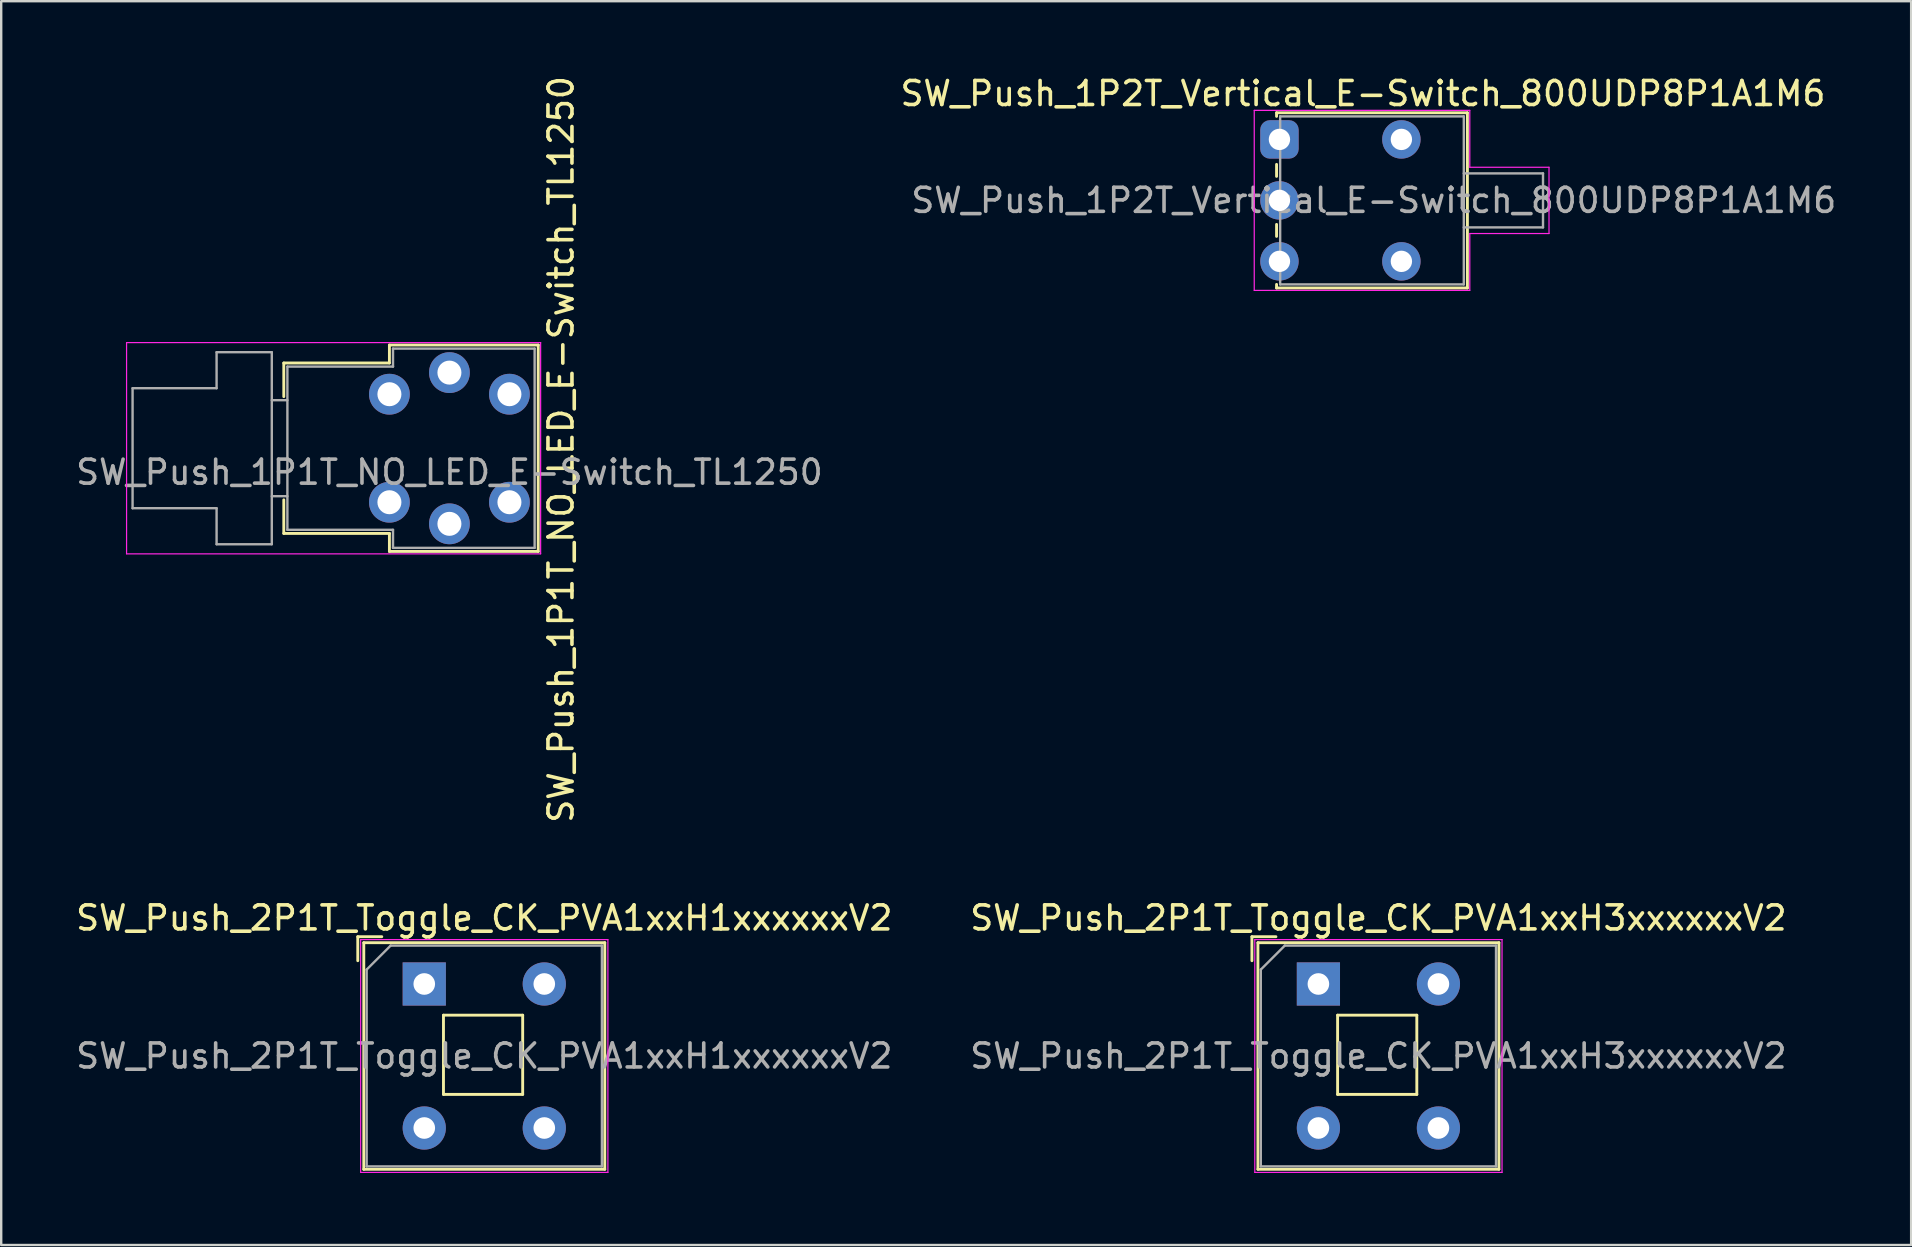
<source format=kicad_pcb>
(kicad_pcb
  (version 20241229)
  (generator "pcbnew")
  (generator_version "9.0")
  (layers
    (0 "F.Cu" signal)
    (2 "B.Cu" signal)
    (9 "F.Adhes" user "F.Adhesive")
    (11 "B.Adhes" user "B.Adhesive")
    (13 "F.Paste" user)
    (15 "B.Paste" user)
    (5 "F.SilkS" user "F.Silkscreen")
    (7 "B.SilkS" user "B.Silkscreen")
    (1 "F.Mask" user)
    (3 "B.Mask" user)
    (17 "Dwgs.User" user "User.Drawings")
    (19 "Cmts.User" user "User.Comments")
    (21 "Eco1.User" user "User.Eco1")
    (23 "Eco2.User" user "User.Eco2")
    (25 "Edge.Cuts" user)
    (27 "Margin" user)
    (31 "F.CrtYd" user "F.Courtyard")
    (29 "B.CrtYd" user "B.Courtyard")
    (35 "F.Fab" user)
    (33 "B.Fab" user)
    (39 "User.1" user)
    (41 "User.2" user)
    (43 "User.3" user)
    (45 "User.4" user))
  (footprint "SW_Push_1P1T_NO_LED_E-Switch_TL1250"
    (layer "F.Cu")
    (at 13.173 13.373)
    (property "Reference" "SW_Push_1P1T_NO_LED_E-Switch_TL1250" (at 7.15 2.3 90) (layer "F.SilkS") (effects (font (size 1 1) (thickness 0.15))))
    (attr through_hole)
    (fp_line (start -4.4 -1.3) (end -4.4 0.1) (stroke (width 0.12) (type solid)) (layer "F.SilkS"))
    (fp_line (start -4.4 5.8) (end -4.4 4.4) (stroke (width 0.12) (type solid)) (layer "F.SilkS"))
    (fp_line (start 0 -2.05) (end 6.2 -2.05) (stroke (width 0.12) (type solid)) (layer "F.SilkS"))
    (fp_line (start 0 -1.3) (end -4.4 -1.3) (stroke (width 0.12) (type solid)) (layer "F.SilkS"))
    (fp_line (start 0 -1.3) (end 0 -2.05) (stroke (width 0.12) (type solid)) (layer "F.SilkS"))
    (fp_line (start 0 5.8) (end -4.4 5.8) (stroke (width 0.12) (type solid)) (layer "F.SilkS"))
    (fp_line (start 0 6.55) (end 0 5.8) (stroke (width 0.12) (type solid)) (layer "F.SilkS"))
    (fp_line (start 6.2 -2.05) (end 6.2 6.55) (stroke (width 0.12) (type solid)) (layer "F.SilkS"))
    (fp_line (start 6.2 6.55) (end 0 6.55) (stroke (width 0.12) (type solid)) (layer "F.SilkS"))
    (fp_line (start -10.95 6.65) (end -10.95 -2.15) (stroke (width 0.05) (type solid)) (layer "F.CrtYd"))
    (fp_line (start 6.3 -2.15) (end -10.95 -2.15) (stroke (width 0.05) (type solid)) (layer "F.CrtYd"))
    (fp_line (start 6.3 -2.15) (end 6.3 6.65) (stroke (width 0.05) (type solid)) (layer "F.CrtYd"))
    (fp_line (start 6.3 6.65) (end -10.95 6.65) (stroke (width 0.05) (type solid)) (layer "F.CrtYd"))
    (fp_line (start -10.7 -0.25) (end -10.7 4.75) (stroke (width 0.1) (type solid)) (layer "F.Fab"))
    (fp_line (start -10.7 4.75) (end -7.2 4.75) (stroke (width 0.1) (type solid)) (layer "F.Fab"))
    (fp_line (start -7.2 -1.75) (end -7.2 -0.25) (stroke (width 0.1) (type solid)) (layer "F.Fab"))
    (fp_line (start -7.2 -0.25) (end -10.7 -0.25) (stroke (width 0.1) (type solid)) (layer "F.Fab"))
    (fp_line (start -7.2 4.75) (end -7.2 6.25) (stroke (width 0.1) (type solid)) (layer "F.Fab"))
    (fp_line (start -7.2 6.25) (end -4.9 6.25) (stroke (width 0.1) (type solid)) (layer "F.Fab"))
    (fp_line (start -4.9 -1.75) (end -7.2 -1.75) (stroke (width 0.1) (type solid)) (layer "F.Fab"))
    (fp_line (start -4.9 0.25) (end -4.25 0.25) (stroke (width 0.1) (type solid)) (layer "F.Fab"))
    (fp_line (start -4.9 4.25) (end -4.25 4.25) (stroke (width 0.1) (type solid)) (layer "F.Fab"))
    (fp_line (start -4.9 6.25) (end -4.9 -1.75) (stroke (width 0.1) (type solid)) (layer "F.Fab"))
    (fp_line (start -4.25 -1.15) (end -4.25 5.65) (stroke (width 0.1) (type solid)) (layer "F.Fab"))
    (fp_line (start -4.25 5.65) (end 0.15 5.65) (stroke (width 0.1) (type solid)) (layer "F.Fab"))
    (fp_line (start 0.15 -1.9) (end 0.15 -1.15) (stroke (width 0.1) (type solid)) (layer "F.Fab"))
    (fp_line (start 0.15 -1.15) (end -4.25 -1.15) (stroke (width 0.1) (type solid)) (layer "F.Fab"))
    (fp_line (start 0.15 5.65) (end 0.15 6.4) (stroke (width 0.1) (type solid)) (layer "F.Fab"))
    (fp_line (start 0.15 6.4) (end 6.05 6.4) (stroke (width 0.1) (type solid)) (layer "F.Fab"))
    (fp_line (start 6.05 -1.9) (end 0.15 -1.9) (stroke (width 0.1) (type solid)) (layer "F.Fab"))
    (fp_line (start 6.05 6.4) (end 6.05 -1.9) (stroke (width 0.1) (type solid)) (layer "F.Fab"))
    (fp_text user "${REFERENCE}" (at 2.5 3.25 0) (layer "F.Fab") (effects (font (size 1 1) (thickness 0.15))))
    (pad "1" thru_hole circle (at 0 0) (size 1.7 1.7) (drill 1) (layers "*.Cu" "*.Mask"))
    (pad "1" thru_hole circle (at 5 0) (size 1.7 1.7) (drill 1) (layers "*.Cu" "*.Mask"))
    (pad "2" thru_hole circle (at 0 4.5) (size 1.7 1.7) (drill 1) (layers "*.Cu" "*.Mask"))
    (pad "2" thru_hole circle (at 5 4.5) (size 1.7 1.7) (drill 1) (layers "*.Cu" "*.Mask"))
    (pad "3" thru_hole circle (at 2.5 -0.9) (size 1.7 1.7) (drill 1) (layers "*.Cu" "*.Mask"))
    (pad "4" thru_hole circle (at 2.5 5.4) (size 1.7 1.7) (drill 1) (layers "*.Cu" "*.Mask")))
  (footprint "SW_Push_2P1T_Toggle_CK_PVA1xxH1xxxxxxV2"
    (layer "F.Cu")
    (at 14.625 37.943)
    (property "Reference" "SW_Push_2P1T_Toggle_CK_PVA1xxH1xxxxxxV2" (at 2.5 -2.75 0) (layer "F.SilkS") (effects (font (size 1 1) (thickness 0.15))))
    (attr through_hole)
    (fp_line (start -2.77 -0.97) (end -2.77 -1.97) (stroke (width 0.12) (type solid)) (layer "F.SilkS"))
    (fp_line (start -2.52 7.72) (end -2.52 -1.72) (stroke (width 0.12) (type solid)) (layer "F.SilkS"))
    (fp_line (start -1.77 -1.97) (end -2.77 -1.97) (stroke (width 0.12) (type solid)) (layer "F.SilkS"))
    (fp_line (start 0.8 1.3) (end 0.8 4.6) (stroke (width 0.12) (type solid)) (layer "F.SilkS"))
    (fp_line (start 4.1 1.3) (end 0.8 1.3) (stroke (width 0.12) (type solid)) (layer "F.SilkS"))
    (fp_line (start 4.1 1.3) (end 4.1 4.6) (stroke (width 0.12) (type solid)) (layer "F.SilkS"))
    (fp_line (start 4.1 4.6) (end 0.8 4.6) (stroke (width 0.12) (type solid)) (layer "F.SilkS"))
    (fp_line (start 7.52 -1.72) (end -2.52 -1.72) (stroke (width 0.12) (type solid)) (layer "F.SilkS"))
    (fp_line (start 7.52 7.72) (end -2.52 7.72) (stroke (width 0.12) (type solid)) (layer "F.SilkS"))
    (fp_line (start 7.52 7.72) (end 7.52 -1.72) (stroke (width 0.12) (type solid)) (layer "F.SilkS"))
    (fp_line (start -2.65 -1.85) (end 7.65 -1.85) (stroke (width 0.05) (type solid)) (layer "F.CrtYd"))
    (fp_line (start -2.65 7.85) (end -2.65 -1.85) (stroke (width 0.05) (type solid)) (layer "F.CrtYd"))
    (fp_line (start -2.65 7.85) (end 7.65 7.85) (stroke (width 0.05) (type solid)) (layer "F.CrtYd"))
    (fp_line (start 7.65 -1.85) (end 7.65 7.85) (stroke (width 0.05) (type solid)) (layer "F.CrtYd"))
    (fp_line (start -2.4 -0.6) (end -1.4 -1.6) (stroke (width 0.1) (type solid)) (layer "F.Fab"))
    (fp_line (start -2.4 7.6) (end -2.4 -0.6) (stroke (width 0.1) (type solid)) (layer "F.Fab"))
    (fp_line (start -1.4 -1.6) (end 7.4 -1.6) (stroke (width 0.1) (type solid)) (layer "F.Fab"))
    (fp_line (start 7.4 -1.6) (end 7.4 7.6) (stroke (width 0.1) (type solid)) (layer "F.Fab"))
    (fp_line (start 7.4 7.6) (end -2.4 7.6) (stroke (width 0.1) (type solid)) (layer "F.Fab"))
    (fp_text user "${REFERENCE}" (at 2.5 3 0) (layer "F.Fab") (effects (font (size 1 1) (thickness 0.15))))
    (pad "1" thru_hole rect (at 0 0) (size 1.8 1.8) (drill 0.9) (layers "*.Cu" "*.Mask"))
    (pad "2" thru_hole circle (at 5 0) (size 1.8 1.8) (drill 0.9) (layers "*.Cu" "*.Mask"))
    (pad "3" thru_hole circle (at 0 6) (size 1.8 1.8) (drill 0.9) (layers "*.Cu" "*.Mask"))
    (pad "4" thru_hole circle (at 5 6) (size 1.8 1.8) (drill 0.9) (layers "*.Cu" "*.Mask")))
  (footprint "SW_Push_1P2T_Vertical_E-Switch_800UDP8P1A1M6"
    (layer "F.Cu")
    (at 50.252 2.758)
    (property "Reference" "SW_Push_1P2T_Vertical_E-Switch_800UDP8P1A1M6" (at 3.48 -1.91 180) (layer "F.SilkS") (effects (font (size 1 1) (thickness 0.15))))
    (attr through_hole)
    (fp_line (start -0.12 -1.11) (end -0.12 -0.96) (stroke (width 0.12) (type solid)) (layer "F.SilkS"))
    (fp_line (start -0.12 1.54) (end -0.12 1.04) (stroke (width 0.12) (type solid)) (layer "F.SilkS"))
    (fp_line (start -0.12 4.04) (end -0.12 3.54) (stroke (width 0.12) (type solid)) (layer "F.SilkS"))
    (fp_line (start -0.12 6.19) (end -0.12 6.04) (stroke (width 0.12) (type solid)) (layer "F.SilkS"))
    (fp_line (start -0.12 6.19) (end 7.83 6.19) (stroke (width 0.12) (type solid)) (layer "F.SilkS"))
    (fp_line (start 7.83 -1.11) (end -0.12 -1.11) (stroke (width 0.12) (type solid)) (layer "F.SilkS"))
    (fp_line (start 7.83 6.19) (end 7.83 -1.11) (stroke (width 0.12) (type solid)) (layer "F.SilkS"))
    (fp_line (start -1.05 -1.21) (end 7.93 -1.21) (stroke (width 0.05) (type solid)) (layer "F.CrtYd"))
    (fp_line (start -1.05 6.29) (end -1.05 -1.21) (stroke (width 0.05) (type solid)) (layer "F.CrtYd"))
    (fp_line (start 7.93 -1.21) (end 7.93 1.16) (stroke (width 0.05) (type solid)) (layer "F.CrtYd"))
    (fp_line (start 7.93 1.16) (end 11.23 1.16) (stroke (width 0.05) (type solid)) (layer "F.CrtYd"))
    (fp_line (start 7.93 3.92) (end 7.93 6.29) (stroke (width 0.05) (type solid)) (layer "F.CrtYd"))
    (fp_line (start 7.93 6.29) (end -1.05 6.29) (stroke (width 0.05) (type solid)) (layer "F.CrtYd"))
    (fp_line (start 11.23 1.16) (end 11.23 3.92) (stroke (width 0.05) (type solid)) (layer "F.CrtYd"))
    (fp_line (start 11.23 3.92) (end 7.93 3.92) (stroke (width 0.05) (type solid)) (layer "F.CrtYd"))
    (fp_line (start 0.03 -0.96) (end 7.68 -0.96) (stroke (width 0.1) (type solid)) (layer "F.Fab"))
    (fp_line (start 0.03 6.04) (end 0.03 -0.96) (stroke (width 0.1) (type solid)) (layer "F.Fab"))
    (fp_line (start 7.68 -0.96) (end 7.68 6.04) (stroke (width 0.1) (type solid)) (layer "F.Fab"))
    (fp_line (start 7.68 6.04) (end 0.03 6.04) (stroke (width 0.1) (type solid)) (layer "F.Fab"))
    (fp_line (start 10.98 1.415) (end 7.68 1.415) (stroke (width 0.1) (type solid)) (layer "F.Fab"))
    (fp_line (start 10.98 3.665) (end 7.68 3.665) (stroke (width 0.1) (type solid)) (layer "F.Fab"))
    (fp_line (start 10.98 3.665) (end 10.98 1.415) (stroke (width 0.1) (type solid)) (layer "F.Fab"))
    (fp_text user "${REFERENCE}" (at 3.93 2.54 180) (layer "F.Fab") (effects (font (size 1 1) (thickness 0.15))))
    (pad "" thru_hole circle (at 5.08 0 180) (size 1.6 1.6) (drill 0.89) (layers "*.Cu" "*.Mask"))
    (pad "" thru_hole circle (at 5.08 5.08 180) (size 1.6 1.6) (drill 0.89) (layers "*.Cu" "*.Mask"))
    (pad "1" thru_hole roundrect (at 0 0 180) (size 1.6 1.6) (drill 0.89) (layers "*.Cu" "*.Mask") (roundrect_rratio 0.25))
    (pad "2" thru_hole circle (at 0 2.54 180) (size 1.6 1.6) (drill 0.89) (layers "*.Cu" "*.Mask"))
    (pad "3" thru_hole circle (at 0 5.08 180) (size 1.6 1.6) (drill 0.89) (layers "*.Cu" "*.Mask")))
  (footprint "SW_Push_2P1T_Toggle_CK_PVA1xxH3xxxxxxV2"
    (layer "F.Cu")
    (at 51.875 37.943)
    (property "Reference" "SW_Push_2P1T_Toggle_CK_PVA1xxH3xxxxxxV2" (at 2.5 -2.75 0) (layer "F.SilkS") (effects (font (size 1 1) (thickness 0.15))))
    (attr through_hole)
    (fp_line (start -2.77 -0.97) (end -2.77 -1.97) (stroke (width 0.12) (type solid)) (layer "F.SilkS"))
    (fp_line (start -2.52 7.72) (end -2.52 -1.72) (stroke (width 0.12) (type solid)) (layer "F.SilkS"))
    (fp_line (start -1.77 -1.97) (end -2.77 -1.97) (stroke (width 0.12) (type solid)) (layer "F.SilkS"))
    (fp_line (start 0.8 1.3) (end 0.8 4.6) (stroke (width 0.12) (type solid)) (layer "F.SilkS"))
    (fp_line (start 4.1 1.3) (end 0.8 1.3) (stroke (width 0.12) (type solid)) (layer "F.SilkS"))
    (fp_line (start 4.1 1.3) (end 4.1 4.6) (stroke (width 0.12) (type solid)) (layer "F.SilkS"))
    (fp_line (start 4.1 4.6) (end 0.8 4.6) (stroke (width 0.12) (type solid)) (layer "F.SilkS"))
    (fp_line (start 7.52 -1.72) (end -2.52 -1.72) (stroke (width 0.12) (type solid)) (layer "F.SilkS"))
    (fp_line (start 7.52 7.72) (end -2.52 7.72) (stroke (width 0.12) (type solid)) (layer "F.SilkS"))
    (fp_line (start 7.52 7.72) (end 7.52 -1.72) (stroke (width 0.12) (type solid)) (layer "F.SilkS"))
    (fp_line (start -2.65 -1.85) (end 7.65 -1.85) (stroke (width 0.05) (type solid)) (layer "F.CrtYd"))
    (fp_line (start -2.65 7.85) (end -2.65 -1.85) (stroke (width 0.05) (type solid)) (layer "F.CrtYd"))
    (fp_line (start -2.65 7.85) (end 7.65 7.85) (stroke (width 0.05) (type solid)) (layer "F.CrtYd"))
    (fp_line (start 7.65 -1.85) (end 7.65 7.85) (stroke (width 0.05) (type solid)) (layer "F.CrtYd"))
    (fp_line (start -2.4 -0.6) (end -1.4 -1.6) (stroke (width 0.1) (type solid)) (layer "F.Fab"))
    (fp_line (start -2.4 7.6) (end -2.4 -0.6) (stroke (width 0.1) (type solid)) (layer "F.Fab"))
    (fp_line (start -1.4 -1.6) (end 7.4 -1.6) (stroke (width 0.1) (type solid)) (layer "F.Fab"))
    (fp_line (start 7.4 -1.6) (end 7.4 7.6) (stroke (width 0.1) (type solid)) (layer "F.Fab"))
    (fp_line (start 7.4 7.6) (end -2.4 7.6) (stroke (width 0.1) (type solid)) (layer "F.Fab"))
    (fp_text user "${REFERENCE}" (at 2.5 3 0) (layer "F.Fab") (effects (font (size 1 1) (thickness 0.15))))
    (pad "1" thru_hole rect (at 0 0) (size 1.8 1.8) (drill 0.9) (layers "*.Cu" "*.Mask"))
    (pad "2" thru_hole circle (at 5 0) (size 1.8 1.8) (drill 0.9) (layers "*.Cu" "*.Mask"))
    (pad "3" thru_hole circle (at 0 6) (size 1.8 1.8) (drill 0.9) (layers "*.Cu" "*.Mask"))
    (pad "4" thru_hole circle (at 5 6) (size 1.8 1.8) (drill 0.9) (layers "*.Cu" "*.Mask")))
  (gr_rect
    (start -3 -3)
    (end 76.569 48.818)
    (stroke (width 0.1) (type default))
    (fill no)
    (layer "Edge.Cuts")))
</source>
